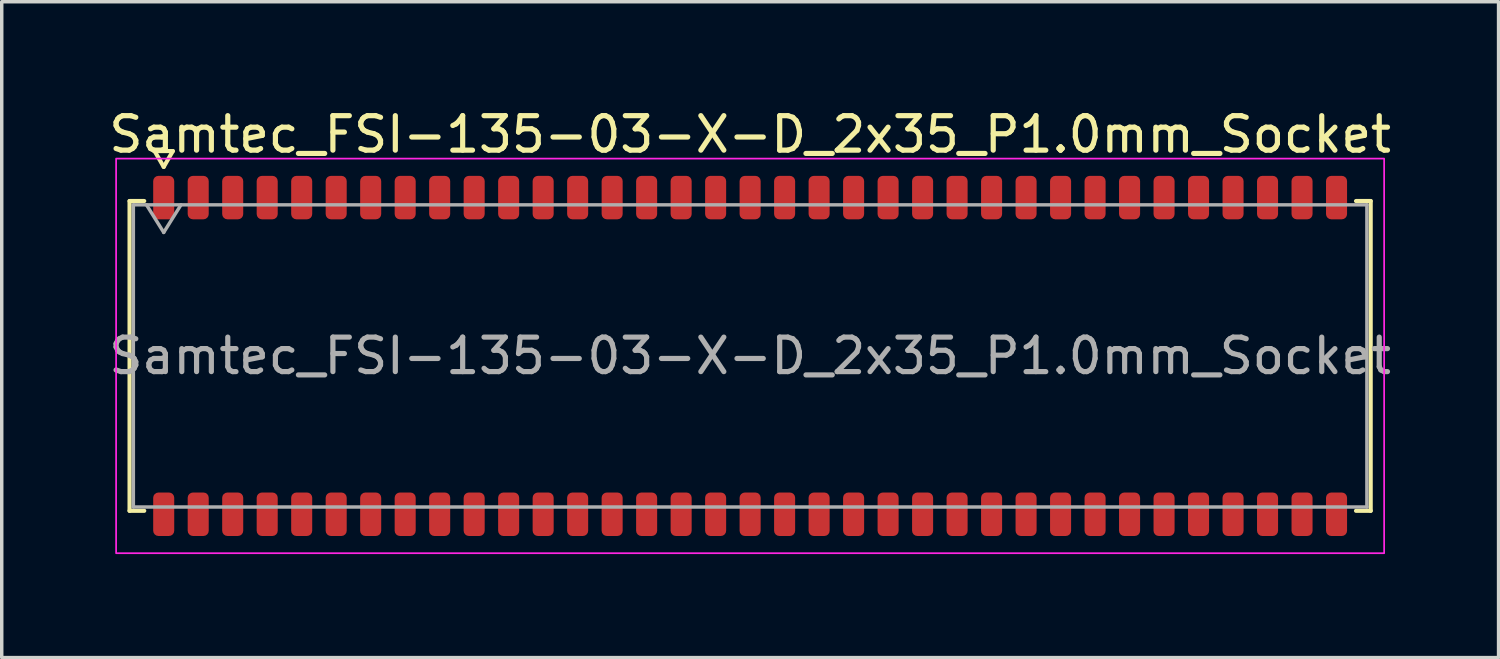
<source format=kicad_pcb>
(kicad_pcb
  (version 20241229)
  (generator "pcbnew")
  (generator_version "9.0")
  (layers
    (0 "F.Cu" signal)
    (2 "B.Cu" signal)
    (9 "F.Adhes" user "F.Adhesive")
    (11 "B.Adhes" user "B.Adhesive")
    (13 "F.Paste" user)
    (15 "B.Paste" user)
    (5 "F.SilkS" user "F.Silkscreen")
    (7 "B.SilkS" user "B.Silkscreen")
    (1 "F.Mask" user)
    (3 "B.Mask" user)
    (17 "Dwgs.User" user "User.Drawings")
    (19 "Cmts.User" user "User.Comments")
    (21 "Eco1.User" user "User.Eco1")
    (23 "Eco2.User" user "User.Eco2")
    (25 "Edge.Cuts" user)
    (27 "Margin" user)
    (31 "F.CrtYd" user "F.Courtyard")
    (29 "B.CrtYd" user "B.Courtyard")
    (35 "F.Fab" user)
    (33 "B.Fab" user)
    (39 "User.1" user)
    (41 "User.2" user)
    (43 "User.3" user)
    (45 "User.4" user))
  (footprint "Samtec_FSI-135-03-X-D_2x35_P1.0mm_Socket"
    (layer "F.Cu")
    (at 18.696 7.268)
    (property "Reference" "Samtec_FSI-135-03-X-D_2x35_P1.0mm_Socket" (at 0 -6.42 0) (layer "F.SilkS") (effects (font (size 1 1) (thickness 0.15))))
    (attr smd)
    (fp_line (start -17.99 -4.49) (end -17.565 -4.49) (stroke (width 0.12) (type solid)) (layer "F.SilkS"))
    (fp_line (start -17.99 4.49) (end -17.99 -4.49) (stroke (width 0.12) (type solid)) (layer "F.SilkS"))
    (fp_line (start -17.565 4.49) (end -17.99 4.49) (stroke (width 0.12) (type solid)) (layer "F.SilkS"))
    (fp_line (start -17.264 -5.938) (end -17 -5.48) (stroke (width 0.12) (type solid)) (layer "F.SilkS"))
    (fp_line (start -17 -5.48) (end -16.736 -5.938) (stroke (width 0.12) (type solid)) (layer "F.SilkS"))
    (fp_line (start -16.736 -5.938) (end -17.264 -5.938) (stroke (width 0.12) (type solid)) (layer "F.SilkS"))
    (fp_line (start 17.565 -4.49) (end 17.99 -4.49) (stroke (width 0.12) (type solid)) (layer "F.SilkS"))
    (fp_line (start 17.99 -4.49) (end 17.99 4.49) (stroke (width 0.12) (type solid)) (layer "F.SilkS"))
    (fp_line (start 17.99 4.49) (end 17.565 4.49) (stroke (width 0.12) (type solid)) (layer "F.SilkS"))
    (fp_rect (start -18.38 -5.72) (end 18.38 5.72) (stroke (width 0.05) (type solid)) (fill no) (layer "F.CrtYd"))
    (fp_line (start -17.88 -4.38) (end 17.88 -4.38) (stroke (width 0.1) (type solid)) (layer "F.Fab"))
    (fp_line (start -17.88 4.38) (end -17.88 -4.38) (stroke (width 0.1) (type solid)) (layer "F.Fab"))
    (fp_line (start -17.5 -4.38) (end -17 -3.58) (stroke (width 0.1) (type solid)) (layer "F.Fab"))
    (fp_line (start -17 -3.58) (end -16.5 -4.38) (stroke (width 0.1) (type solid)) (layer "F.Fab"))
    (fp_line (start 17.88 -4.38) (end 17.88 4.38) (stroke (width 0.1) (type solid)) (layer "F.Fab"))
    (fp_line (start 17.88 4.38) (end -17.88 4.38) (stroke (width 0.1) (type solid)) (layer "F.Fab"))
    (fp_text user "${REFERENCE}" (at 0 0 0) (layer "F.Fab") (effects (font (size 1 1) (thickness 0.15))))
    (pad "1" smd roundrect (at -17 -4.59) (size 0.61 1.26) (layers "F.Cu" "F.Mask" "F.Paste") (roundrect_rratio 0.25))
    (pad "2" smd roundrect (at -17 4.59) (size 0.61 1.26) (layers "F.Cu" "F.Mask" "F.Paste") (roundrect_rratio 0.25))
    (pad "3" smd roundrect (at -16 -4.59) (size 0.61 1.26) (layers "F.Cu" "F.Mask" "F.Paste") (roundrect_rratio 0.25))
    (pad "4" smd roundrect (at -16 4.59) (size 0.61 1.26) (layers "F.Cu" "F.Mask" "F.Paste") (roundrect_rratio 0.25))
    (pad "5" smd roundrect (at -15 -4.59) (size 0.61 1.26) (layers "F.Cu" "F.Mask" "F.Paste") (roundrect_rratio 0.25))
    (pad "6" smd roundrect (at -15 4.59) (size 0.61 1.26) (layers "F.Cu" "F.Mask" "F.Paste") (roundrect_rratio 0.25))
    (pad "7" smd roundrect (at -14 -4.59) (size 0.61 1.26) (layers "F.Cu" "F.Mask" "F.Paste") (roundrect_rratio 0.25))
    (pad "8" smd roundrect (at -14 4.59) (size 0.61 1.26) (layers "F.Cu" "F.Mask" "F.Paste") (roundrect_rratio 0.25))
    (pad "9" smd roundrect (at -13 -4.59) (size 0.61 1.26) (layers "F.Cu" "F.Mask" "F.Paste") (roundrect_rratio 0.25))
    (pad "10" smd roundrect (at -13 4.59) (size 0.61 1.26) (layers "F.Cu" "F.Mask" "F.Paste") (roundrect_rratio 0.25))
    (pad "11" smd roundrect (at -12 -4.59) (size 0.61 1.26) (layers "F.Cu" "F.Mask" "F.Paste") (roundrect_rratio 0.25))
    (pad "12" smd roundrect (at -12 4.59) (size 0.61 1.26) (layers "F.Cu" "F.Mask" "F.Paste") (roundrect_rratio 0.25))
    (pad "13" smd roundrect (at -11 -4.59) (size 0.61 1.26) (layers "F.Cu" "F.Mask" "F.Paste") (roundrect_rratio 0.25))
    (pad "14" smd roundrect (at -11 4.59) (size 0.61 1.26) (layers "F.Cu" "F.Mask" "F.Paste") (roundrect_rratio 0.25))
    (pad "15" smd roundrect (at -10 -4.59) (size 0.61 1.26) (layers "F.Cu" "F.Mask" "F.Paste") (roundrect_rratio 0.25))
    (pad "16" smd roundrect (at -10 4.59) (size 0.61 1.26) (layers "F.Cu" "F.Mask" "F.Paste") (roundrect_rratio 0.25))
    (pad "17" smd roundrect (at -9 -4.59) (size 0.61 1.26) (layers "F.Cu" "F.Mask" "F.Paste") (roundrect_rratio 0.25))
    (pad "18" smd roundrect (at -9 4.59) (size 0.61 1.26) (layers "F.Cu" "F.Mask" "F.Paste") (roundrect_rratio 0.25))
    (pad "19" smd roundrect (at -8 -4.59) (size 0.61 1.26) (layers "F.Cu" "F.Mask" "F.Paste") (roundrect_rratio 0.25))
    (pad "20" smd roundrect (at -8 4.59) (size 0.61 1.26) (layers "F.Cu" "F.Mask" "F.Paste") (roundrect_rratio 0.25))
    (pad "21" smd roundrect (at -7 -4.59) (size 0.61 1.26) (layers "F.Cu" "F.Mask" "F.Paste") (roundrect_rratio 0.25))
    (pad "22" smd roundrect (at -7 4.59) (size 0.61 1.26) (layers "F.Cu" "F.Mask" "F.Paste") (roundrect_rratio 0.25))
    (pad "23" smd roundrect (at -6 -4.59) (size 0.61 1.26) (layers "F.Cu" "F.Mask" "F.Paste") (roundrect_rratio 0.25))
    (pad "24" smd roundrect (at -6 4.59) (size 0.61 1.26) (layers "F.Cu" "F.Mask" "F.Paste") (roundrect_rratio 0.25))
    (pad "25" smd roundrect (at -5 -4.59) (size 0.61 1.26) (layers "F.Cu" "F.Mask" "F.Paste") (roundrect_rratio 0.25))
    (pad "26" smd roundrect (at -5 4.59) (size 0.61 1.26) (layers "F.Cu" "F.Mask" "F.Paste") (roundrect_rratio 0.25))
    (pad "27" smd roundrect (at -4 -4.59) (size 0.61 1.26) (layers "F.Cu" "F.Mask" "F.Paste") (roundrect_rratio 0.25))
    (pad "28" smd roundrect (at -4 4.59) (size 0.61 1.26) (layers "F.Cu" "F.Mask" "F.Paste") (roundrect_rratio 0.25))
    (pad "29" smd roundrect (at -3 -4.59) (size 0.61 1.26) (layers "F.Cu" "F.Mask" "F.Paste") (roundrect_rratio 0.25))
    (pad "30" smd roundrect (at -3 4.59) (size 0.61 1.26) (layers "F.Cu" "F.Mask" "F.Paste") (roundrect_rratio 0.25))
    (pad "31" smd roundrect (at -2 -4.59) (size 0.61 1.26) (layers "F.Cu" "F.Mask" "F.Paste") (roundrect_rratio 0.25))
    (pad "32" smd roundrect (at -2 4.59) (size 0.61 1.26) (layers "F.Cu" "F.Mask" "F.Paste") (roundrect_rratio 0.25))
    (pad "33" smd roundrect (at -1 -4.59) (size 0.61 1.26) (layers "F.Cu" "F.Mask" "F.Paste") (roundrect_rratio 0.25))
    (pad "34" smd roundrect (at -1 4.59) (size 0.61 1.26) (layers "F.Cu" "F.Mask" "F.Paste") (roundrect_rratio 0.25))
    (pad "35" smd roundrect (at 0 -4.59) (size 0.61 1.26) (layers "F.Cu" "F.Mask" "F.Paste") (roundrect_rratio 0.25))
    (pad "36" smd roundrect (at 0 4.59) (size 0.61 1.26) (layers "F.Cu" "F.Mask" "F.Paste") (roundrect_rratio 0.25))
    (pad "37" smd roundrect (at 1 -4.59) (size 0.61 1.26) (layers "F.Cu" "F.Mask" "F.Paste") (roundrect_rratio 0.25))
    (pad "38" smd roundrect (at 1 4.59) (size 0.61 1.26) (layers "F.Cu" "F.Mask" "F.Paste") (roundrect_rratio 0.25))
    (pad "39" smd roundrect (at 2 -4.59) (size 0.61 1.26) (layers "F.Cu" "F.Mask" "F.Paste") (roundrect_rratio 0.25))
    (pad "40" smd roundrect (at 2 4.59) (size 0.61 1.26) (layers "F.Cu" "F.Mask" "F.Paste") (roundrect_rratio 0.25))
    (pad "41" smd roundrect (at 3 -4.59) (size 0.61 1.26) (layers "F.Cu" "F.Mask" "F.Paste") (roundrect_rratio 0.25))
    (pad "42" smd roundrect (at 3 4.59) (size 0.61 1.26) (layers "F.Cu" "F.Mask" "F.Paste") (roundrect_rratio 0.25))
    (pad "43" smd roundrect (at 4 -4.59) (size 0.61 1.26) (layers "F.Cu" "F.Mask" "F.Paste") (roundrect_rratio 0.25))
    (pad "44" smd roundrect (at 4 4.59) (size 0.61 1.26) (layers "F.Cu" "F.Mask" "F.Paste") (roundrect_rratio 0.25))
    (pad "45" smd roundrect (at 5 -4.59) (size 0.61 1.26) (layers "F.Cu" "F.Mask" "F.Paste") (roundrect_rratio 0.25))
    (pad "46" smd roundrect (at 5 4.59) (size 0.61 1.26) (layers "F.Cu" "F.Mask" "F.Paste") (roundrect_rratio 0.25))
    (pad "47" smd roundrect (at 6 -4.59) (size 0.61 1.26) (layers "F.Cu" "F.Mask" "F.Paste") (roundrect_rratio 0.25))
    (pad "48" smd roundrect (at 6 4.59) (size 0.61 1.26) (layers "F.Cu" "F.Mask" "F.Paste") (roundrect_rratio 0.25))
    (pad "49" smd roundrect (at 7 -4.59) (size 0.61 1.26) (layers "F.Cu" "F.Mask" "F.Paste") (roundrect_rratio 0.25))
    (pad "50" smd roundrect (at 7 4.59) (size 0.61 1.26) (layers "F.Cu" "F.Mask" "F.Paste") (roundrect_rratio 0.25))
    (pad "51" smd roundrect (at 8 -4.59) (size 0.61 1.26) (layers "F.Cu" "F.Mask" "F.Paste") (roundrect_rratio 0.25))
    (pad "52" smd roundrect (at 8 4.59) (size 0.61 1.26) (layers "F.Cu" "F.Mask" "F.Paste") (roundrect_rratio 0.25))
    (pad "53" smd roundrect (at 9 -4.59) (size 0.61 1.26) (layers "F.Cu" "F.Mask" "F.Paste") (roundrect_rratio 0.25))
    (pad "54" smd roundrect (at 9 4.59) (size 0.61 1.26) (layers "F.Cu" "F.Mask" "F.Paste") (roundrect_rratio 0.25))
    (pad "55" smd roundrect (at 10 -4.59) (size 0.61 1.26) (layers "F.Cu" "F.Mask" "F.Paste") (roundrect_rratio 0.25))
    (pad "56" smd roundrect (at 10 4.59) (size 0.61 1.26) (layers "F.Cu" "F.Mask" "F.Paste") (roundrect_rratio 0.25))
    (pad "57" smd roundrect (at 11 -4.59) (size 0.61 1.26) (layers "F.Cu" "F.Mask" "F.Paste") (roundrect_rratio 0.25))
    (pad "58" smd roundrect (at 11 4.59) (size 0.61 1.26) (layers "F.Cu" "F.Mask" "F.Paste") (roundrect_rratio 0.25))
    (pad "59" smd roundrect (at 12 -4.59) (size 0.61 1.26) (layers "F.Cu" "F.Mask" "F.Paste") (roundrect_rratio 0.25))
    (pad "60" smd roundrect (at 12 4.59) (size 0.61 1.26) (layers "F.Cu" "F.Mask" "F.Paste") (roundrect_rratio 0.25))
    (pad "61" smd roundrect (at 13 -4.59) (size 0.61 1.26) (layers "F.Cu" "F.Mask" "F.Paste") (roundrect_rratio 0.25))
    (pad "62" smd roundrect (at 13 4.59) (size 0.61 1.26) (layers "F.Cu" "F.Mask" "F.Paste") (roundrect_rratio 0.25))
    (pad "63" smd roundrect (at 14 -4.59) (size 0.61 1.26) (layers "F.Cu" "F.Mask" "F.Paste") (roundrect_rratio 0.25))
    (pad "64" smd roundrect (at 14 4.59) (size 0.61 1.26) (layers "F.Cu" "F.Mask" "F.Paste") (roundrect_rratio 0.25))
    (pad "65" smd roundrect (at 15 -4.59) (size 0.61 1.26) (layers "F.Cu" "F.Mask" "F.Paste") (roundrect_rratio 0.25))
    (pad "66" smd roundrect (at 15 4.59) (size 0.61 1.26) (layers "F.Cu" "F.Mask" "F.Paste") (roundrect_rratio 0.25))
    (pad "67" smd roundrect (at 16 -4.59) (size 0.61 1.26) (layers "F.Cu" "F.Mask" "F.Paste") (roundrect_rratio 0.25))
    (pad "68" smd roundrect (at 16 4.59) (size 0.61 1.26) (layers "F.Cu" "F.Mask" "F.Paste") (roundrect_rratio 0.25))
    (pad "69" smd roundrect (at 17 -4.59) (size 0.61 1.26) (layers "F.Cu" "F.Mask" "F.Paste") (roundrect_rratio 0.25))
    (pad "70" smd roundrect (at 17 4.59) (size 0.61 1.26) (layers "F.Cu" "F.Mask" "F.Paste") (roundrect_rratio 0.25)))
  (gr_rect
    (start -3 -3)
    (end 40.393 16.013)
    (stroke (width 0.1) (type default))
    (fill no)
    (layer "Edge.Cuts")))
</source>
